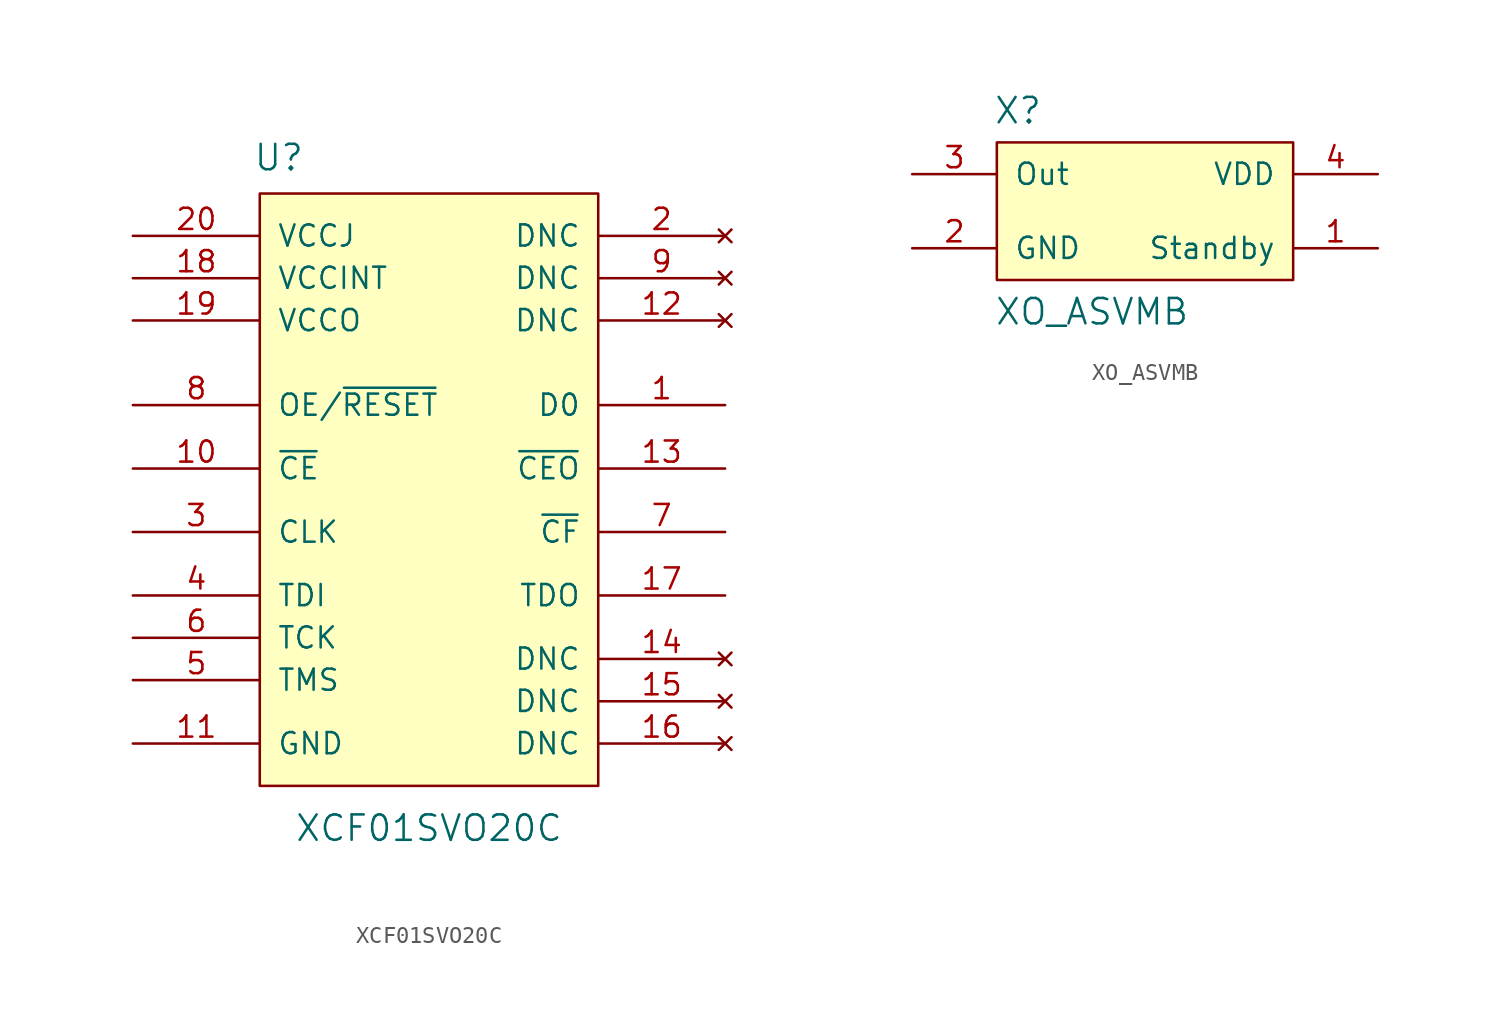
<source format=kicad_sym>
(kicad_symbol_lib
  (version 20220914)
  (generator kicad_symbol_editor)
  (symbol "XCF01SVO20C"
    (pin_names
      (offset 1.016))
    (property "Reference" "U"
      (at -9.017 22.479 0)
      (effects (font (size 1.524 1.524))))
    (property "Value" "XCF01SVO20C"
      (at 0 -17.78 0)
      (effects (font (size 1.524 1.524))))
    (symbol "XCF01SVO20C_0_1"
      (rectangle (start -10.16 20.32) (end 10.16 -15.24) (stroke (width 0) (type solid)) (fill (type background))))
    (symbol "XCF01SVO20C_1_1"
      (pin passive line (at 17.78 7.62 180) (length 7.62) (name "D0" (effects (font (size 1.27 1.27)))) (number "1" (effects (font (size 1.27 1.27)))))
      (pin passive line (at -17.78 3.81 0) (length 7.62) (name "~{CE}" (effects (font (size 1.27 1.27)))) (number "10" (effects (font (size 1.27 1.27)))))
      (pin passive line (at -17.78 -12.7 0) (length 7.62) (name "GND" (effects (font (size 1.27 1.27)))) (number "11" (effects (font (size 1.27 1.27)))))
      (pin no_connect line (at 17.78 12.7 180) (length 7.62) (name "DNC" (effects (font (size 1.27 1.27)))) (number "12" (effects (font (size 1.27 1.27)))))
      (pin passive line (at 17.78 3.81 180) (length 7.62) (name "~{CEO}" (effects (font (size 1.27 1.27)))) (number "13" (effects (font (size 1.27 1.27)))))
      (pin no_connect line (at 17.78 -7.62 180) (length 7.62) (name "DNC" (effects (font (size 1.27 1.27)))) (number "14" (effects (font (size 1.27 1.27)))))
      (pin no_connect line (at 17.78 -10.16 180) (length 7.62) (name "DNC" (effects (font (size 1.27 1.27)))) (number "15" (effects (font (size 1.27 1.27)))))
      (pin no_connect line (at 17.78 -12.7 180) (length 7.62) (name "DNC" (effects (font (size 1.27 1.27)))) (number "16" (effects (font (size 1.27 1.27)))))
      (pin passive line (at 17.78 -3.81 180) (length 7.62) (name "TDO" (effects (font (size 1.27 1.27)))) (number "17" (effects (font (size 1.27 1.27)))))
      (pin passive line (at -17.78 15.24 0) (length 7.62) (name "VCCINT" (effects (font (size 1.27 1.27)))) (number "18" (effects (font (size 1.27 1.27)))))
      (pin passive line (at -17.78 12.7 0) (length 7.62) (name "VCCO" (effects (font (size 1.27 1.27)))) (number "19" (effects (font (size 1.27 1.27)))))
      (pin no_connect line (at 17.78 17.78 180) (length 7.62) (name "DNC" (effects (font (size 1.27 1.27)))) (number "2" (effects (font (size 1.27 1.27)))))
      (pin passive line (at -17.78 17.78 0) (length 7.62) (name "VCCJ" (effects (font (size 1.27 1.27)))) (number "20" (effects (font (size 1.27 1.27)))))
      (pin passive line (at -17.78 0 0) (length 7.62) (name "CLK" (effects (font (size 1.27 1.27)))) (number "3" (effects (font (size 1.27 1.27)))))
      (pin passive line (at -17.78 -3.81 0) (length 7.62) (name "TDI" (effects (font (size 1.27 1.27)))) (number "4" (effects (font (size 1.27 1.27)))))
      (pin passive line (at -17.78 -8.89 0) (length 7.62) (name "TMS" (effects (font (size 1.27 1.27)))) (number "5" (effects (font (size 1.27 1.27)))))
      (pin passive line (at -17.78 -6.35 0) (length 7.62) (name "TCK" (effects (font (size 1.27 1.27)))) (number "6" (effects (font (size 1.27 1.27)))))
      (pin passive line (at 17.78 0 180) (length 7.62) (name "~{CF}" (effects (font (size 1.27 1.27)))) (number "7" (effects (font (size 1.27 1.27)))))
      (pin passive line (at -17.78 7.62 0) (length 7.62) (name "OE/~{RESET}" (effects (font (size 1.27 1.27)))) (number "8" (effects (font (size 1.27 1.27)))))
      (pin no_connect line (at 17.78 15.24 180) (length 7.62) (name "DNC" (effects (font (size 1.27 1.27)))) (number "9" (effects (font (size 1.27 1.27)))))))
  (symbol "XO_ASVMB"
    (pin_names
      (offset 1.016))
    (property "Reference" "X"
      (at -8.255 5.715 0)
      (effects (font (size 1.524 1.524))))
    (property "Value" "XO_ASVMB"
      (at -3.81 -6.35 0)
      (effects (font (size 1.524 1.524))))
    (symbol "XO_ASVMB_0_1"
      (rectangle (start -9.525 3.81) (end 8.255 -4.445) (stroke (width 0) (type solid)) (fill (type background))))
    (symbol "XO_ASVMB_1_1"
      (pin input line (at 13.335 -2.54 180) (length 5.08) (name "Standby" (effects (font (size 1.27 1.27)))) (number "1" (effects (font (size 1.27 1.27)))))
      (pin input line (at -14.605 -2.54 0) (length 5.08) (name "GND" (effects (font (size 1.27 1.27)))) (number "2" (effects (font (size 1.27 1.27)))))
      (pin input line (at -14.605 1.905 0) (length 5.08) (name "Out" (effects (font (size 1.27 1.27)))) (number "3" (effects (font (size 1.27 1.27)))))
      (pin input line (at 13.335 1.905 180) (length 5.08) (name "VDD" (effects (font (size 1.27 1.27)))) (number "4" (effects (font (size 1.27 1.27))))))))
</source>
